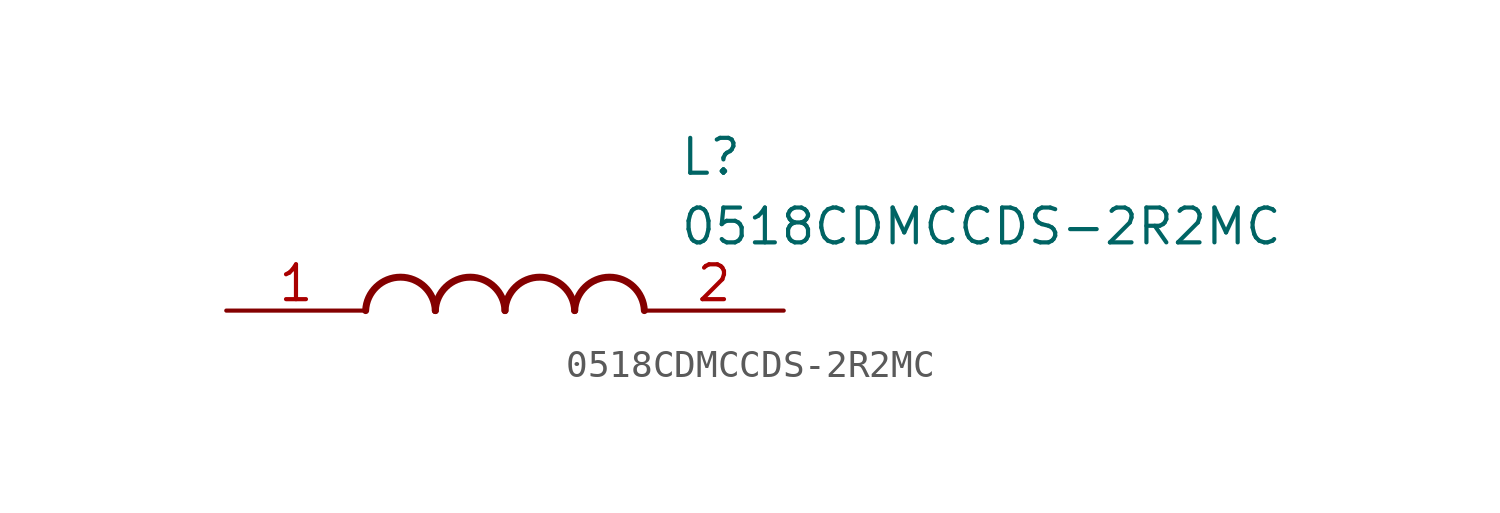
<source format=kicad_sym>
(kicad_symbol_lib
  (version 20211014)
  (generator SamacSys_ECAD_Model)
  (symbol "0518CDMCCDS-2R2MC"
    (pin_names hide)
    (property "Reference" "L"
      (at 16.51 6.35 0)
      (effects (font (size 1.27 1.27)) (justify left top)))
    (property "Value" "0518CDMCCDS-2R2MC"
      (at 16.51 3.81 0)
      (effects (font (size 1.27 1.27)) (justify left top)))
    (arc
      (start 7.62 0)
      (mid 6.35 1.219)
      (end 5.08 0)
      (stroke (width 0.254) (type default))
      (fill (type none)))
    (arc
      (start 10.16 0)
      (mid 8.89 1.219)
      (end 7.62 0)
      (stroke (width 0.254) (type default))
      (fill (type none)))
    (arc
      (start 12.7 0)
      (mid 11.43 1.219)
      (end 10.16 0)
      (stroke (width 0.254) (type default))
      (fill (type none)))
    (arc
      (start 15.24 0)
      (mid 13.97 1.219)
      (end 12.7 0)
      (stroke (width 0.254) (type default))
      (fill (type none)))
    (pin passive line
      (at 0 0 0)
      (length 5.08)
      (name "1" (effects (font (size 1.27 1.27))))
      (number "1" (effects (font (size 1.27 1.27)))))
    (pin passive line
      (at 20.32 0 180)
      (length 5.08)
      (name "2" (effects (font (size 1.27 1.27))))
      (number "2" (effects (font (size 1.27 1.27)))))))
</source>
